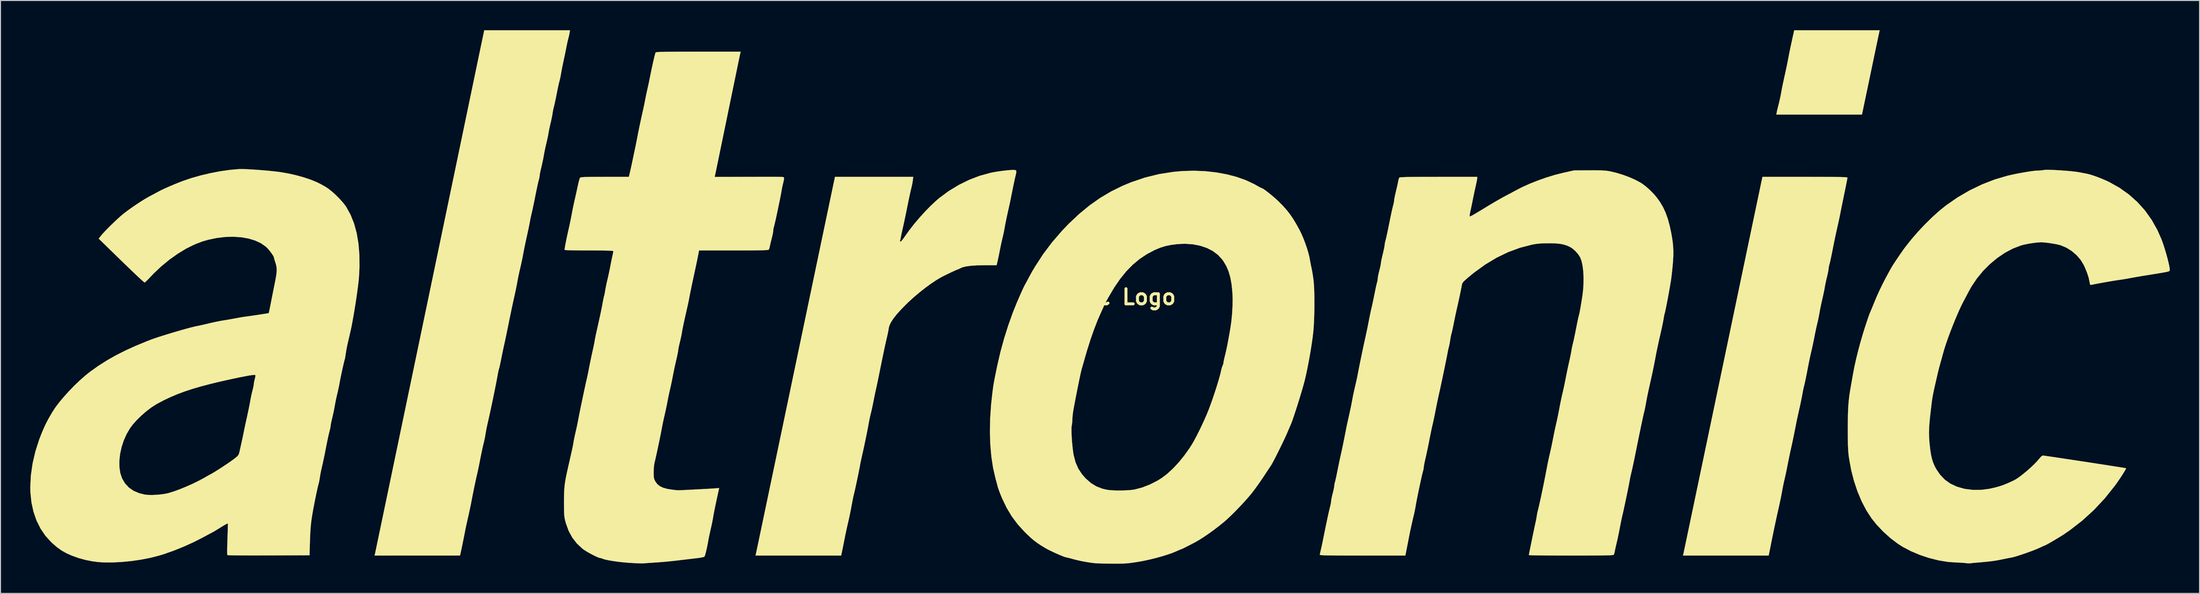
<source format=kicad_pcb>
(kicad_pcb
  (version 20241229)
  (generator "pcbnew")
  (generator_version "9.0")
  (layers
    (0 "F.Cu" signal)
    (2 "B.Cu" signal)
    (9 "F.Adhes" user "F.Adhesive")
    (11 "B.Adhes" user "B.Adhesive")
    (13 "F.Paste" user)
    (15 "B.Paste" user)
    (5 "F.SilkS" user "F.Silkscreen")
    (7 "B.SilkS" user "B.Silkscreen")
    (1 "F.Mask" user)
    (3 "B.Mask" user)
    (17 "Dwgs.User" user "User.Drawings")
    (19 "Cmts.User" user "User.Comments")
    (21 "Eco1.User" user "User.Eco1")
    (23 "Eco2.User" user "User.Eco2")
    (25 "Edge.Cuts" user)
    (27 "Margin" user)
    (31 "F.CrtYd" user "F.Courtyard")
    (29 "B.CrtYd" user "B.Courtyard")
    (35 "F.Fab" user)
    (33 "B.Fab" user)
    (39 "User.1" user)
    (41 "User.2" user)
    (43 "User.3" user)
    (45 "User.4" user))
  (footprint "Altronic Logo"
    (layer "F.Cu")
    (at 107.891 26.929)
    (property "Reference" "Altronic Logo" (at 0 0 0) (layer "F.SilkS") (effects (font (size 1.524 1.524) (thickness 0.3))))
    (attr through_hole)
    (fp_poly (pts (xy 78.591 -26.781) (xy 78.572 -26.695) (xy 78.529 -26.496) (xy 78.466 -26.194) (xy 78.383 -25.801) (xy 78.283 -25.327) (xy 78.169 -24.783) (xy 78.043 -24.181) (xy 77.907 -23.53) (xy 77.764 -22.843) (xy 77.728 -22.669) (xy 77.583 -21.975) (xy 77.445 -21.314) (xy 77.316 -20.699) (xy 77.199 -20.14) (xy 77.096 -19.648) (xy 77.009 -19.233) (xy 76.941 -18.908) (xy 76.893 -18.683) (xy 76.869 -18.568) (xy 76.866 -18.558) (xy 76.833 -18.415) (xy 68.202 -18.415) (xy 68.238 -18.621) (xy 68.276 -18.809) (xy 68.332 -19.044) (xy 68.358 -19.145) (xy 68.463 -19.562) (xy 68.56 -19.98) (xy 68.642 -20.362) (xy 68.699 -20.67) (xy 68.709 -20.733) (xy 68.737 -20.896) (xy 68.788 -21.156) (xy 68.857 -21.489) (xy 68.938 -21.868) (xy 69.023 -22.257) (xy 69.114 -22.667) (xy 69.2 -23.067) (xy 69.276 -23.429) (xy 69.336 -23.723) (xy 69.371 -23.908) (xy 69.443 -24.29) (xy 69.537 -24.763) (xy 69.647 -25.292) (xy 69.766 -25.846) (xy 69.867 -26.305) (xy 70.005 -26.924) (xy 78.627 -26.924) (xy 78.591 -26.781)) (stroke (width 0.01) (type solid)) (fill yes) (layer "F.SilkS"))
    (fp_poly (pts (xy 71.96 -12.128) (xy 72.712 -12.127) (xy 73.352 -12.124) (xy 73.888 -12.121) (xy 74.328 -12.115) (xy 74.679 -12.109) (xy 74.949 -12.101) (xy 75.146 -12.091) (xy 75.278 -12.079) (xy 75.351 -12.064) (xy 75.374 -12.048) (xy 75.374 -12.048) (xy 75.362 -11.965) (xy 75.327 -11.777) (xy 75.273 -11.499) (xy 75.203 -11.151) (xy 75.122 -10.75) (xy 75.052 -10.413) (xy 74.957 -9.951) (xy 74.865 -9.501) (xy 74.78 -9.086) (xy 74.709 -8.731) (xy 74.656 -8.461) (xy 74.635 -8.35) (xy 74.584 -8.096) (xy 74.513 -7.758) (xy 74.43 -7.378) (xy 74.343 -6.996) (xy 74.326 -6.921) (xy 74.239 -6.535) (xy 74.139 -6.07) (xy 74.035 -5.571) (xy 73.937 -5.084) (xy 73.887 -4.823) (xy 73.809 -4.428) (xy 73.732 -4.053) (xy 73.662 -3.726) (xy 73.604 -3.473) (xy 73.566 -3.331) (xy 73.51 -3.112) (xy 73.475 -2.915) (xy 73.47 -2.846) (xy 73.455 -2.714) (xy 73.414 -2.493) (xy 73.355 -2.22) (xy 73.307 -2.02) (xy 73.23 -1.698) (xy 73.16 -1.374) (xy 73.106 -1.097) (xy 73.087 -0.984) (xy 73.05 -0.773) (xy 72.99 -0.477) (xy 72.917 -0.136) (xy 72.837 0.213) (xy 72.835 0.222) (xy 72.751 0.592) (xy 72.669 0.978) (xy 72.599 1.331) (xy 72.554 1.59) (xy 72.493 1.928) (xy 72.416 2.3) (xy 72.34 2.628) (xy 72.337 2.638) (xy 72.275 2.897) (xy 72.2 3.238) (xy 72.12 3.619) (xy 72.045 3.998) (xy 72.039 4.032) (xy 71.962 4.421) (xy 71.877 4.83) (xy 71.794 5.21) (xy 71.722 5.515) (xy 71.72 5.524) (xy 71.658 5.789) (xy 71.581 6.144) (xy 71.496 6.555) (xy 71.41 6.989) (xy 71.345 7.327) (xy 71.267 7.733) (xy 71.188 8.124) (xy 71.116 8.472) (xy 71.055 8.749) (xy 71.015 8.914) (xy 70.949 9.186) (xy 70.881 9.509) (xy 70.832 9.779) (xy 70.791 10.008) (xy 70.727 10.327) (xy 70.65 10.701) (xy 70.565 11.096) (xy 70.518 11.303) (xy 70.438 11.662) (xy 70.365 11.988) (xy 70.306 12.256) (xy 70.266 12.442) (xy 70.252 12.509) (xy 70.103 13.271) (xy 69.974 13.918) (xy 69.862 14.46) (xy 69.766 14.909) (xy 69.692 15.24) (xy 69.623 15.549) (xy 69.54 15.94) (xy 69.452 16.368) (xy 69.367 16.791) (xy 69.342 16.923) (xy 69.265 17.312) (xy 69.185 17.699) (xy 69.109 18.049) (xy 69.047 18.326) (xy 69.025 18.415) (xy 68.963 18.683) (xy 68.891 19.026) (xy 68.82 19.391) (xy 68.778 19.622) (xy 68.715 19.965) (xy 68.631 20.382) (xy 68.538 20.825) (xy 68.446 21.244) (xy 68.432 21.304) (xy 68.324 21.779) (xy 68.2 22.345) (xy 68.066 22.971) (xy 67.929 23.623) (xy 67.796 24.27) (xy 67.673 24.878) (xy 67.651 24.987) (xy 67.595 25.274) (xy 67.536 25.567) (xy 67.496 25.765) (xy 67.428 26.099) (xy 58.787 26.099) (xy 58.823 25.956) (xy 58.839 25.883) (xy 58.88 25.69) (xy 58.944 25.383) (xy 59.032 24.966) (xy 59.142 24.444) (xy 59.272 23.822) (xy 59.423 23.104) (xy 59.592 22.296) (xy 59.779 21.403) (xy 59.984 20.428) (xy 60.204 19.378) (xy 60.439 18.256) (xy 60.687 17.068) (xy 60.949 15.819) (xy 61.223 14.512) (xy 61.507 13.154) (xy 61.801 11.749) (xy 62.104 10.302) (xy 62.415 8.817) (xy 62.732 7.3) (xy 62.798 6.985) (xy 63.117 5.462) (xy 63.429 3.97) (xy 63.733 2.514) (xy 64.029 1.1) (xy 64.316 -0.268) (xy 64.591 -1.585) (xy 64.855 -2.847) (xy 65.107 -4.048) (xy 65.345 -5.183) (xy 65.568 -6.249) (xy 65.775 -7.239) (xy 65.966 -8.15) (xy 66.139 -8.976) (xy 66.293 -9.712) (xy 66.428 -10.354) (xy 66.542 -10.897) (xy 66.634 -11.336) (xy 66.703 -11.666) (xy 66.749 -11.883) (xy 66.77 -11.981) (xy 66.771 -11.986) (xy 66.804 -12.129) (xy 71.089 -12.129) (xy 71.96 -12.128)) (stroke (width 0.01) (type solid)) (fill yes) (layer "F.SilkS"))
    (fp_poly (pts (xy -8.574 -12.818) (xy -8.479 -12.776) (xy -8.443 -12.68) (xy -8.46 -12.509) (xy -8.522 -12.242) (xy -8.535 -12.189) (xy -8.579 -12.005) (xy -8.642 -11.719) (xy -8.719 -11.357) (xy -8.805 -10.941) (xy -8.895 -10.496) (xy -8.984 -10.047) (xy -9.036 -9.779) (xy -9.06 -9.665) (xy -9.106 -9.452) (xy -9.17 -9.164) (xy -9.245 -8.826) (xy -9.302 -8.572) (xy -9.389 -8.177) (xy -9.472 -7.782) (xy -9.545 -7.42) (xy -9.6 -7.128) (xy -9.619 -7.017) (xy -9.679 -6.686) (xy -9.756 -6.315) (xy -9.83 -6.001) (xy -9.9 -5.712) (xy -9.979 -5.354) (xy -10.056 -4.984) (xy -10.093 -4.794) (xy -10.16 -4.453) (xy -10.231 -4.102) (xy -10.297 -3.794) (xy -10.329 -3.651) (xy -10.432 -3.207) (xy -11.677 -3.207) (xy -12.394 -3.194) (xy -13.001 -3.155) (xy -13.495 -3.091) (xy -13.871 -3.002) (xy -14.12 -2.892) (xy -14.294 -2.805) (xy -14.415 -2.76) (xy -14.531 -2.715) (xy -14.733 -2.625) (xy -14.993 -2.504) (xy -15.283 -2.366) (xy -15.575 -2.223) (xy -15.842 -2.089) (xy -16.034 -1.989) (xy -16.515 -1.705) (xy -17.056 -1.343) (xy -17.631 -0.921) (xy -18.218 -0.459) (xy -18.792 0.026) (xy -19.329 0.516) (xy -19.44 0.623) (xy -20.016 1.203) (xy -20.484 1.721) (xy -20.846 2.179) (xy -21.104 2.58) (xy -21.258 2.926) (xy -21.305 3.124) (xy -21.344 3.362) (xy -21.402 3.657) (xy -21.464 3.937) (xy -21.556 4.33) (xy -21.649 4.742) (xy -21.747 5.191) (xy -21.854 5.699) (xy -21.975 6.285) (xy -22.114 6.97) (xy -22.162 7.207) (xy -22.257 7.675) (xy -22.351 8.135) (xy -22.439 8.56) (xy -22.516 8.926) (xy -22.577 9.209) (xy -22.606 9.335) (xy -22.673 9.639) (xy -22.75 10.01) (xy -22.826 10.388) (xy -22.862 10.573) (xy -22.931 10.92) (xy -23.008 11.281) (xy -23.082 11.602) (xy -23.119 11.748) (xy -23.196 12.064) (xy -23.273 12.425) (xy -23.33 12.732) (xy -23.392 13.079) (xy -23.477 13.52) (xy -23.578 14.026) (xy -23.69 14.567) (xy -23.806 15.112) (xy -23.919 15.633) (xy -24.003 16.002) (xy -24.075 16.325) (xy -24.139 16.623) (xy -24.188 16.864) (xy -24.215 17.015) (xy -24.215 17.018) (xy -24.24 17.164) (xy -24.287 17.41) (xy -24.351 17.729) (xy -24.427 18.098) (xy -24.51 18.49) (xy -24.593 18.882) (xy -24.673 19.248) (xy -24.743 19.563) (xy -24.799 19.803) (xy -24.833 19.939) (xy -24.869 20.084) (xy -24.919 20.324) (xy -24.979 20.626) (xy -25.04 20.959) (xy -25.051 21.018) (xy -25.13 21.438) (xy -25.225 21.912) (xy -25.324 22.376) (xy -25.398 22.701) (xy -25.481 23.062) (xy -25.563 23.43) (xy -25.635 23.76) (xy -25.686 24.003) (xy -25.791 24.534) (xy -25.912 25.136) (xy -26.037 25.752) (xy -26.04 25.765) (xy -26.108 26.099) (xy -34.748 26.099) (xy -34.712 25.955) (xy -34.697 25.882) (xy -34.656 25.69) (xy -34.591 25.382) (xy -34.503 24.965) (xy -34.394 24.443) (xy -34.263 23.821) (xy -34.113 23.104) (xy -33.943 22.296) (xy -33.756 21.402) (xy -33.552 20.428) (xy -33.332 19.377) (xy -33.097 18.255) (xy -32.848 17.067) (xy -32.586 15.818) (xy -32.313 14.511) (xy -32.028 13.153) (xy -31.734 11.748) (xy -31.431 10.301) (xy -31.121 8.816) (xy -30.803 7.299) (xy -30.737 6.985) (xy -30.419 5.461) (xy -30.107 3.969) (xy -29.802 2.514) (xy -29.506 1.1) (xy -29.22 -0.268) (xy -28.944 -1.586) (xy -28.68 -2.847) (xy -28.429 -4.048) (xy -28.191 -5.184) (xy -27.968 -6.249) (xy -27.76 -7.24) (xy -27.569 -8.15) (xy -27.396 -8.976) (xy -27.242 -9.713) (xy -27.108 -10.355) (xy -26.994 -10.897) (xy -26.902 -11.336) (xy -26.832 -11.666) (xy -26.787 -11.883) (xy -26.766 -11.981) (xy -26.765 -11.986) (xy -26.731 -12.129) (xy -22.787 -12.129) (xy -18.842 -12.129) (xy -18.884 -11.763) (xy -18.925 -11.503) (xy -18.987 -11.195) (xy -19.045 -10.954) (xy -19.094 -10.754) (xy -19.161 -10.457) (xy -19.24 -10.089) (xy -19.327 -9.677) (xy -19.414 -9.249) (xy -19.428 -9.176) (xy -19.521 -8.715) (xy -19.619 -8.237) (xy -19.716 -7.776) (xy -19.804 -7.369) (xy -19.875 -7.05) (xy -19.875 -7.048) (xy -19.948 -6.723) (xy -20.014 -6.419) (xy -20.066 -6.172) (xy -20.096 -6.014) (xy -20.097 -6.012) (xy -20.132 -5.83) (xy -20.167 -5.694) (xy -20.172 -5.679) (xy -20.16 -5.601) (xy -20.12 -5.59) (xy -20.05 -5.641) (xy -19.932 -5.776) (xy -19.784 -5.972) (xy -19.685 -6.114) (xy -19.253 -6.723) (xy -18.754 -7.362) (xy -18.211 -8.005) (xy -17.647 -8.627) (xy -17.083 -9.204) (xy -16.542 -9.711) (xy -16.192 -10.009) (xy -15.245 -10.706) (xy -14.24 -11.315) (xy -13.198 -11.828) (xy -12.137 -12.235) (xy -11.075 -12.527) (xy -10.89 -12.566) (xy -10.46 -12.644) (xy -9.996 -12.713) (xy -9.538 -12.77) (xy -9.123 -12.809) (xy -8.786 -12.827) (xy -8.734 -12.827) (xy -8.574 -12.818)) (stroke (width 0.01) (type solid)) (fill yes) (layer "F.SilkS"))
    (fp_poly (pts (xy -53.501 -26.654) (xy -53.547 -26.422) (xy -53.61 -26.159) (xy -53.634 -26.067) (xy -53.7 -25.806) (xy -53.763 -25.515) (xy -53.785 -25.4) (xy -53.82 -25.218) (xy -53.876 -24.941) (xy -53.946 -24.601) (xy -54.025 -24.228) (xy -54.073 -24.003) (xy -54.154 -23.618) (xy -54.231 -23.243) (xy -54.296 -22.91) (xy -54.344 -22.65) (xy -54.36 -22.548) (xy -54.41 -22.267) (xy -54.473 -21.978) (xy -54.515 -21.818) (xy -54.56 -21.641) (xy -54.622 -21.37) (xy -54.693 -21.037) (xy -54.767 -20.673) (xy -54.799 -20.512) (xy -54.872 -20.145) (xy -54.945 -19.796) (xy -55.011 -19.495) (xy -55.063 -19.274) (xy -55.08 -19.21) (xy -55.143 -18.947) (xy -55.198 -18.655) (xy -55.214 -18.542) (xy -55.249 -18.324) (xy -55.307 -18.031) (xy -55.377 -17.712) (xy -55.414 -17.558) (xy -55.489 -17.238) (xy -55.558 -16.916) (xy -55.611 -16.641) (xy -55.627 -16.542) (xy -55.667 -16.313) (xy -55.73 -16.009) (xy -55.804 -15.678) (xy -55.848 -15.494) (xy -55.929 -15.143) (xy -56.01 -14.765) (xy -56.076 -14.42) (xy -56.099 -14.287) (xy -56.155 -13.978) (xy -56.231 -13.608) (xy -56.314 -13.237) (xy -56.35 -13.087) (xy -56.419 -12.797) (xy -56.474 -12.537) (xy -56.508 -12.342) (xy -56.516 -12.262) (xy -56.535 -12.102) (xy -56.582 -11.889) (xy -56.61 -11.789) (xy -56.65 -11.633) (xy -56.71 -11.377) (xy -56.782 -11.044) (xy -56.863 -10.66) (xy -56.946 -10.249) (xy -56.961 -10.17) (xy -57.045 -9.75) (xy -57.128 -9.347) (xy -57.204 -8.986) (xy -57.268 -8.695) (xy -57.314 -8.498) (xy -57.319 -8.477) (xy -57.382 -8.21) (xy -57.449 -7.891) (xy -57.499 -7.62) (xy -57.542 -7.391) (xy -57.606 -7.072) (xy -57.685 -6.698) (xy -57.771 -6.303) (xy -57.817 -6.096) (xy -57.908 -5.683) (xy -57.999 -5.252) (xy -58.082 -4.843) (xy -58.148 -4.5) (xy -58.17 -4.381) (xy -58.233 -4.044) (xy -58.317 -3.637) (xy -58.409 -3.218) (xy -58.485 -2.889) (xy -58.569 -2.524) (xy -58.65 -2.148) (xy -58.719 -1.807) (xy -58.764 -1.556) (xy -58.808 -1.311) (xy -58.873 -0.98) (xy -58.953 -0.598) (xy -59.039 -0.202) (xy -59.077 -0.032) (xy -59.158 0.334) (xy -59.257 0.789) (xy -59.365 1.301) (xy -59.477 1.836) (xy -59.584 2.358) (xy -59.627 2.572) (xy -59.722 3.04) (xy -59.816 3.499) (xy -59.904 3.924) (xy -59.981 4.291) (xy -60.042 4.574) (xy -60.071 4.699) (xy -60.129 4.962) (xy -60.203 5.309) (xy -60.284 5.701) (xy -60.365 6.099) (xy -60.388 6.215) (xy -60.456 6.553) (xy -60.519 6.849) (xy -60.571 7.079) (xy -60.608 7.221) (xy -60.619 7.252) (xy -60.645 7.338) (xy -60.686 7.519) (xy -60.735 7.766) (xy -60.769 7.959) (xy -60.837 8.328) (xy -60.927 8.795) (xy -61.035 9.336) (xy -61.155 9.927) (xy -61.282 10.541) (xy -61.412 11.154) (xy -61.539 11.741) (xy -61.657 12.277) (xy -61.762 12.737) (xy -61.79 12.859) (xy -61.86 13.179) (xy -61.926 13.527) (xy -61.974 13.824) (xy -62.027 14.136) (xy -62.1 14.486) (xy -62.163 14.745) (xy -62.217 14.962) (xy -62.287 15.273) (xy -62.366 15.646) (xy -62.449 16.051) (xy -62.512 16.369) (xy -62.59 16.766) (xy -62.666 17.148) (xy -62.737 17.485) (xy -62.794 17.749) (xy -62.828 17.893) (xy -62.879 18.105) (xy -62.947 18.414) (xy -63.028 18.791) (xy -63.116 19.208) (xy -63.203 19.637) (xy -63.286 20.049) (xy -63.357 20.415) (xy -63.404 20.669) (xy -63.446 20.887) (xy -63.51 21.195) (xy -63.588 21.56) (xy -63.673 21.949) (xy -63.721 22.162) (xy -63.802 22.521) (xy -63.875 22.847) (xy -63.934 23.115) (xy -63.974 23.3) (xy -63.988 23.368) (xy -64.039 23.636) (xy -64.107 23.985) (xy -64.185 24.379) (xy -64.267 24.781) (xy -64.343 25.155) (xy -64.408 25.464) (xy -64.439 25.606) (xy -64.548 26.098) (xy -68.857 26.098) (xy -73.166 26.099) (xy -73.13 25.956) (xy -73.115 25.885) (xy -73.075 25.695) (xy -73.011 25.39) (xy -72.925 24.977) (xy -72.817 24.46) (xy -72.688 23.843) (xy -72.54 23.134) (xy -72.373 22.335) (xy -72.189 21.453) (xy -71.988 20.492) (xy -71.772 19.458) (xy -71.542 18.355) (xy -71.299 17.189) (xy -71.044 15.966) (xy -70.777 14.689) (xy -70.501 13.364) (xy -70.216 11.996) (xy -69.923 10.591) (xy -69.623 9.152) (xy -69.317 7.687) (xy -69.007 6.198) (xy -68.693 4.693) (xy -68.377 3.175) (xy -68.059 1.65) (xy -67.74 0.122) (xy -67.423 -1.402) (xy -67.107 -2.919) (xy -66.793 -4.422) (xy -66.484 -5.907) (xy -66.179 -7.368) (xy -65.881 -8.802) (xy -65.589 -10.201) (xy -65.306 -11.562) (xy -65.031 -12.88) (xy -64.767 -14.148) (xy -64.514 -15.363) (xy -64.273 -16.519) (xy -64.046 -17.611) (xy -63.833 -18.633) (xy -63.636 -19.581) (xy -63.455 -20.45) (xy -63.292 -21.235) (xy -63.147 -21.93) (xy -63.053 -22.384) (xy -62.903 -23.103) (xy -62.761 -23.789) (xy -62.627 -24.429) (xy -62.505 -25.015) (xy -62.397 -25.535) (xy -62.304 -25.978) (xy -62.229 -26.335) (xy -62.174 -26.595) (xy -62.142 -26.747) (xy -62.135 -26.781) (xy -62.101 -26.924) (xy -53.456 -26.924) (xy -53.501 -26.654)) (stroke (width 0.01) (type solid)) (fill yes) (layer "F.SilkS"))
    (fp_poly (pts (xy 95.937 -12.831) (xy 96.329 -12.814) (xy 96.758 -12.79) (xy 97.201 -12.759) (xy 97.635 -12.724) (xy 98.038 -12.686) (xy 98.387 -12.645) (xy 98.659 -12.605) (xy 98.69 -12.599) (xy 98.979 -12.545) (xy 99.259 -12.492) (xy 99.477 -12.451) (xy 99.504 -12.446) (xy 99.807 -12.372) (xy 100.19 -12.251) (xy 100.622 -12.097) (xy 101.069 -11.92) (xy 101.5 -11.733) (xy 101.79 -11.595) (xy 102.823 -11.014) (xy 103.765 -10.341) (xy 104.617 -9.58) (xy 105.378 -8.732) (xy 106.047 -7.796) (xy 106.622 -6.775) (xy 107.023 -5.874) (xy 107.154 -5.523) (xy 107.289 -5.123) (xy 107.422 -4.695) (xy 107.549 -4.26) (xy 107.663 -3.839) (xy 107.758 -3.452) (xy 107.83 -3.121) (xy 107.872 -2.866) (xy 107.879 -2.707) (xy 107.877 -2.696) (xy 107.869 -2.663) (xy 107.852 -2.635) (xy 107.814 -2.608) (xy 107.744 -2.58) (xy 107.632 -2.55) (xy 107.466 -2.514) (xy 107.235 -2.471) (xy 106.929 -2.418) (xy 106.535 -2.353) (xy 106.043 -2.273) (xy 105.442 -2.177) (xy 105.124 -2.127) (xy 104.804 -2.073) (xy 104.421 -2.006) (xy 104.035 -1.936) (xy 103.854 -1.902) (xy 103.513 -1.84) (xy 103.162 -1.781) (xy 102.854 -1.734) (xy 102.709 -1.714) (xy 102.518 -1.687) (xy 102.231 -1.641) (xy 101.876 -1.581) (xy 101.483 -1.513) (xy 101.08 -1.441) (xy 100.695 -1.371) (xy 100.358 -1.307) (xy 100.097 -1.255) (xy 99.972 -1.228) (xy 99.89 -1.223) (xy 99.841 -1.273) (xy 99.808 -1.407) (xy 99.789 -1.53) (xy 99.698 -1.957) (xy 99.535 -2.459) (xy 99.306 -3.015) (xy 99.218 -3.207) (xy 98.906 -3.729) (xy 98.493 -4.212) (xy 98.002 -4.635) (xy 97.459 -4.977) (xy 96.887 -5.218) (xy 96.832 -5.234) (xy 96.547 -5.305) (xy 96.184 -5.376) (xy 95.787 -5.439) (xy 95.399 -5.489) (xy 95.063 -5.519) (xy 94.901 -5.524) (xy 94.588 -5.508) (xy 94.198 -5.465) (xy 93.773 -5.401) (xy 93.358 -5.323) (xy 92.996 -5.239) (xy 92.867 -5.202) (xy 92.057 -4.89) (xy 91.256 -4.465) (xy 90.478 -3.937) (xy 89.737 -3.32) (xy 89.048 -2.627) (xy 88.425 -1.869) (xy 87.883 -1.059) (xy 87.637 -0.621) (xy 87.502 -0.366) (xy 87.334 -0.046) (xy 87.156 0.292) (xy 87.041 0.508) (xy 86.817 0.957) (xy 86.568 1.502) (xy 86.305 2.114) (xy 86.037 2.768) (xy 85.777 3.436) (xy 85.533 4.092) (xy 85.318 4.708) (xy 85.141 5.258) (xy 85.054 5.556) (xy 84.958 5.905) (xy 84.85 6.299) (xy 84.749 6.658) (xy 84.738 6.699) (xy 84.653 7.009) (xy 84.57 7.326) (xy 84.504 7.593) (xy 84.49 7.652) (xy 84.445 7.85) (xy 84.378 8.139) (xy 84.298 8.486) (xy 84.213 8.858) (xy 84.176 9.017) (xy 84.091 9.403) (xy 84.011 9.792) (xy 83.945 10.148) (xy 83.899 10.431) (xy 83.889 10.509) (xy 83.85 10.836) (xy 83.806 11.21) (xy 83.766 11.55) (xy 83.765 11.557) (xy 83.692 12.204) (xy 83.641 12.751) (xy 83.609 13.226) (xy 83.597 13.654) (xy 83.603 14.061) (xy 83.627 14.474) (xy 83.658 14.827) (xy 83.726 15.429) (xy 83.804 15.928) (xy 83.901 16.353) (xy 84.022 16.727) (xy 84.174 17.077) (xy 84.33 17.372) (xy 84.734 17.962) (xy 85.212 18.453) (xy 85.77 18.846) (xy 86.41 19.145) (xy 87.136 19.351) (xy 87.281 19.379) (xy 88.063 19.474) (xy 88.85 19.469) (xy 89.666 19.362) (xy 90.225 19.238) (xy 90.579 19.143) (xy 90.9 19.043) (xy 91.221 18.925) (xy 91.575 18.777) (xy 91.996 18.586) (xy 92.17 18.504) (xy 92.423 18.359) (xy 92.739 18.14) (xy 93.096 17.864) (xy 93.472 17.552) (xy 93.844 17.223) (xy 94.191 16.894) (xy 94.489 16.587) (xy 94.717 16.319) (xy 94.722 16.312) (xy 94.894 16.117) (xy 95.037 16.015) (xy 95.088 16.003) (xy 95.173 16.013) (xy 95.369 16.039) (xy 95.664 16.082) (xy 96.043 16.137) (xy 96.496 16.205) (xy 97.009 16.281) (xy 97.57 16.366) (xy 98.166 16.456) (xy 98.785 16.55) (xy 99.414 16.646) (xy 100.04 16.742) (xy 100.651 16.836) (xy 101.233 16.926) (xy 101.776 17.011) (xy 102.265 17.087) (xy 102.689 17.154) (xy 103.034 17.209) (xy 103.288 17.251) (xy 103.439 17.277) (xy 103.476 17.286) (xy 103.456 17.349) (xy 103.375 17.496) (xy 103.246 17.71) (xy 103.082 17.97) (xy 102.893 18.258) (xy 102.693 18.554) (xy 102.494 18.84) (xy 102.342 19.05) (xy 101.33 20.318) (xy 100.24 21.486) (xy 99.07 22.555) (xy 97.819 23.528) (xy 97.25 23.921) (xy 97.031 24.063) (xy 96.762 24.23) (xy 96.465 24.41) (xy 96.162 24.59) (xy 95.871 24.759) (xy 95.616 24.904) (xy 95.415 25.013) (xy 95.292 25.074) (xy 95.265 25.082) (xy 95.196 25.108) (xy 95.042 25.177) (xy 94.833 25.275) (xy 94.76 25.309) (xy 94.514 25.418) (xy 94.189 25.549) (xy 93.812 25.691) (xy 93.408 25.837) (xy 93.004 25.976) (xy 92.625 26.101) (xy 92.297 26.202) (xy 92.047 26.269) (xy 91.948 26.29) (xy 91.771 26.321) (xy 91.507 26.373) (xy 91.194 26.437) (xy 90.9 26.498) (xy 90.545 26.568) (xy 90.17 26.629) (xy 89.753 26.684) (xy 89.271 26.736) (xy 88.7 26.788) (xy 88.265 26.823) (xy 88.044 26.843) (xy 87.86 26.867) (xy 87.789 26.879) (xy 87.656 26.887) (xy 87.452 26.876) (xy 87.312 26.859) (xy 87.075 26.834) (xy 86.772 26.814) (xy 86.462 26.803) (xy 86.424 26.802) (xy 85.518 26.74) (xy 84.57 26.585) (xy 83.609 26.344) (xy 82.663 26.029) (xy 81.761 25.647) (xy 80.932 25.208) (xy 80.459 24.906) (xy 79.71 24.337) (xy 78.99 23.69) (xy 78.333 22.998) (xy 77.813 22.352) (xy 77.282 21.537) (xy 76.803 20.62) (xy 76.382 19.616) (xy 76.026 18.543) (xy 75.74 17.416) (xy 75.53 16.252) (xy 75.525 16.221) (xy 75.49 15.945) (xy 75.462 15.659) (xy 75.441 15.346) (xy 75.425 14.986) (xy 75.415 14.559) (xy 75.41 14.046) (xy 75.407 13.427) (xy 75.407 13.367) (xy 75.41 12.606) (xy 75.421 11.95) (xy 75.44 11.376) (xy 75.471 10.861) (xy 75.513 10.383) (xy 75.569 9.92) (xy 75.641 9.449) (xy 75.693 9.144) (xy 75.756 8.789) (xy 75.83 8.372) (xy 75.903 7.954) (xy 75.945 7.715) (xy 76.082 7.006) (xy 76.259 6.213) (xy 76.468 5.37) (xy 76.699 4.511) (xy 76.946 3.67) (xy 77.101 3.175) (xy 77.233 2.769) (xy 77.357 2.393) (xy 77.467 2.069) (xy 77.556 1.816) (xy 77.616 1.655) (xy 77.631 1.619) (xy 77.69 1.486) (xy 77.783 1.266) (xy 77.897 0.99) (xy 78.015 0.699) (xy 78.3 0.014) (xy 78.592 -0.638) (xy 78.907 -1.29) (xy 79.26 -1.974) (xy 79.667 -2.72) (xy 79.806 -2.969) (xy 79.922 -3.161) (xy 80.094 -3.429) (xy 80.305 -3.749) (xy 80.537 -4.093) (xy 80.774 -4.436) (xy 80.997 -4.753) (xy 81.188 -5.016) (xy 81.21 -5.045) (xy 81.818 -5.814) (xy 82.486 -6.586) (xy 83.191 -7.337) (xy 83.91 -8.044) (xy 84.62 -8.684) (xy 85.299 -9.234) (xy 85.312 -9.244) (xy 86.472 -10.049) (xy 87.691 -10.76) (xy 88.953 -11.368) (xy 90.243 -11.868) (xy 91.547 -12.252) (xy 92.392 -12.436) (xy 93 -12.548) (xy 93.499 -12.634) (xy 93.904 -12.696) (xy 94.23 -12.737) (xy 94.493 -12.759) (xy 94.664 -12.765) (xy 94.908 -12.778) (xy 95.146 -12.81) (xy 95.201 -12.822) (xy 95.35 -12.836) (xy 95.603 -12.839) (xy 95.937 -12.831)) (stroke (width 0.01) (type solid)) (fill yes) (layer "F.SilkS"))
    (fp_poly (pts (xy 10.602 -12.699) (xy 11.709 -12.577) (xy 12.771 -12.384) (xy 13.774 -12.121) (xy 14.7 -11.792) (xy 15.534 -11.4) (xy 15.761 -11.272) (xy 15.986 -11.144) (xy 16.171 -11.046) (xy 16.289 -10.992) (xy 16.311 -10.986) (xy 16.405 -10.946) (xy 16.574 -10.836) (xy 16.799 -10.671) (xy 17.061 -10.467) (xy 17.34 -10.239) (xy 17.617 -10.002) (xy 17.874 -9.771) (xy 17.992 -9.658) (xy 18.427 -9.22) (xy 18.802 -8.8) (xy 19.139 -8.371) (xy 19.458 -7.907) (xy 19.779 -7.379) (xy 20.121 -6.76) (xy 20.136 -6.731) (xy 20.326 -6.34) (xy 20.522 -5.877) (xy 20.711 -5.377) (xy 20.882 -4.873) (xy 21.022 -4.399) (xy 21.121 -3.99) (xy 21.146 -3.849) (xy 21.196 -3.561) (xy 21.262 -3.221) (xy 21.33 -2.903) (xy 21.332 -2.896) (xy 21.388 -2.613) (xy 21.448 -2.256) (xy 21.504 -1.876) (xy 21.536 -1.619) (xy 21.571 -1.205) (xy 21.596 -0.69) (xy 21.611 -0.1) (xy 21.616 0.537) (xy 21.612 1.197) (xy 21.598 1.854) (xy 21.575 2.48) (xy 21.542 3.051) (xy 21.506 3.493) (xy 21.438 4.078) (xy 21.342 4.754) (xy 21.225 5.489) (xy 21.092 6.25) (xy 20.948 7.005) (xy 20.8 7.721) (xy 20.665 8.319) (xy 20.587 8.623) (xy 20.48 9.008) (xy 20.351 9.453) (xy 20.206 9.939) (xy 20.051 10.446) (xy 19.892 10.953) (xy 19.735 11.443) (xy 19.587 11.894) (xy 19.454 12.287) (xy 19.342 12.603) (xy 19.257 12.821) (xy 19.24 12.859) (xy 19.166 13.026) (xy 19.06 13.272) (xy 18.938 13.558) (xy 18.858 13.748) (xy 18.755 13.983) (xy 18.612 14.291) (xy 18.441 14.653) (xy 18.25 15.046) (xy 18.051 15.451) (xy 17.853 15.848) (xy 17.667 16.215) (xy 17.502 16.533) (xy 17.37 16.78) (xy 17.279 16.937) (xy 17.268 16.954) (xy 17.2 17.057) (xy 17.075 17.245) (xy 16.907 17.5) (xy 16.708 17.802) (xy 16.493 18.129) (xy 16.234 18.513) (xy 15.95 18.92) (xy 15.665 19.315) (xy 15.406 19.661) (xy 15.263 19.844) (xy 14.936 20.235) (xy 14.546 20.673) (xy 14.117 21.134) (xy 13.675 21.592) (xy 13.242 22.023) (xy 12.843 22.401) (xy 12.542 22.669) (xy 12.053 23.068) (xy 11.527 23.472) (xy 10.99 23.862) (xy 10.467 24.22) (xy 9.985 24.526) (xy 9.595 24.75) (xy 9.304 24.903) (xy 9.006 25.057) (xy 8.722 25.201) (xy 8.475 25.324) (xy 8.288 25.414) (xy 8.182 25.46) (xy 8.168 25.463) (xy 8.095 25.488) (xy 7.94 25.554) (xy 7.736 25.646) (xy 7.731 25.648) (xy 7.319 25.82) (xy 6.808 25.999) (xy 6.228 26.179) (xy 5.606 26.351) (xy 4.971 26.507) (xy 4.35 26.64) (xy 3.842 26.731) (xy 3.414 26.797) (xy 3.06 26.846) (xy 2.747 26.88) (xy 2.44 26.901) (xy 2.106 26.912) (xy 1.709 26.914) (xy 1.27 26.912) (xy 0.847 26.908) (xy 0.449 26.903) (xy 0.1 26.896) (xy -0.175 26.889) (xy -0.353 26.882) (xy -0.381 26.88) (xy -0.841 26.831) (xy -1.37 26.75) (xy -1.913 26.648) (xy -2.421 26.533) (xy -2.643 26.475) (xy -2.919 26.399) (xy -3.151 26.338) (xy -3.312 26.299) (xy -3.369 26.289) (xy -3.489 26.262) (xy -3.698 26.189) (xy -3.973 26.079) (xy -4.289 25.943) (xy -4.624 25.793) (xy -4.952 25.638) (xy -5.25 25.489) (xy -5.495 25.356) (xy -5.53 25.335) (xy -5.971 25.066) (xy -6.342 24.819) (xy -6.677 24.567) (xy -7.007 24.285) (xy -7.366 23.947) (xy -7.624 23.692) (xy -8.306 22.942) (xy -8.9 22.147) (xy -9.419 21.283) (xy -9.876 20.33) (xy -10.053 19.901) (xy -10.157 19.629) (xy -10.246 19.382) (xy -10.307 19.197) (xy -10.323 19.139) (xy -10.358 19.001) (xy -10.417 18.776) (xy -10.492 18.5) (xy -10.545 18.308) (xy -10.786 17.263) (xy -10.961 16.122) (xy -11.069 14.898) (xy -11.11 13.604) (xy -11.107 13.444) (xy -2.885 13.444) (xy -2.876 13.8) (xy -2.856 14.207) (xy -2.825 14.64) (xy -2.784 15.073) (xy -2.737 15.483) (xy -2.684 15.844) (xy -2.663 15.964) (xy -2.474 16.685) (xy -2.192 17.328) (xy -1.807 17.91) (xy -1.43 18.334) (xy -0.916 18.781) (xy -0.373 19.115) (xy 0.223 19.347) (xy 0.699 19.458) (xy 1.02 19.498) (xy 1.43 19.522) (xy 1.893 19.531) (xy 2.372 19.524) (xy 2.83 19.504) (xy 3.229 19.469) (xy 3.498 19.428) (xy 4.263 19.223) (xy 5.041 18.919) (xy 5.792 18.535) (xy 6.223 18.266) (xy 6.784 17.839) (xy 7.361 17.306) (xy 7.937 16.688) (xy 8.494 16.001) (xy 9.018 15.264) (xy 9.238 14.92) (xy 9.457 14.545) (xy 9.708 14.078) (xy 9.976 13.55) (xy 10.248 12.987) (xy 10.51 12.417) (xy 10.75 11.87) (xy 10.953 11.372) (xy 10.967 11.335) (xy 11.157 10.826) (xy 11.352 10.275) (xy 11.545 9.706) (xy 11.728 9.14) (xy 11.894 8.601) (xy 12.037 8.11) (xy 12.149 7.691) (xy 12.222 7.365) (xy 12.227 7.34) (xy 12.281 7.13) (xy 12.351 6.945) (xy 12.359 6.927) (xy 12.424 6.76) (xy 12.446 6.633) (xy 12.461 6.517) (xy 12.502 6.313) (xy 12.562 6.054) (xy 12.6 5.903) (xy 12.684 5.559) (xy 12.77 5.169) (xy 12.861 4.715) (xy 12.961 4.179) (xy 13.074 3.544) (xy 13.138 3.175) (xy 13.242 2.456) (xy 13.316 1.689) (xy 13.36 0.918) (xy 13.371 0.182) (xy 13.345 -0.477) (xy 13.343 -0.513) (xy 13.26 -1.296) (xy 13.136 -1.976) (xy 12.965 -2.572) (xy 12.742 -3.102) (xy 12.459 -3.586) (xy 12.311 -3.794) (xy 11.887 -4.255) (xy 11.368 -4.642) (xy 10.766 -4.951) (xy 10.09 -5.178) (xy 9.354 -5.321) (xy 8.568 -5.374) (xy 7.825 -5.342) (xy 7.176 -5.262) (xy 6.607 -5.145) (xy 6.074 -4.979) (xy 5.533 -4.754) (xy 5.502 -4.74) (xy 4.713 -4.323) (xy 3.979 -3.831) (xy 3.291 -3.256) (xy 2.64 -2.588) (xy 2.019 -1.821) (xy 1.419 -0.944) (xy 0.832 0.051) (xy 0.804 0.103) (xy 0.65 0.385) (xy 0.522 0.626) (xy 0.429 0.806) (xy 0.384 0.902) (xy 0.381 0.911) (xy 0.356 0.982) (xy 0.288 1.14) (xy 0.189 1.356) (xy 0.133 1.475) (xy -0.229 2.298) (xy -0.593 3.23) (xy -0.953 4.257) (xy -1.302 5.359) (xy -1.527 6.128) (xy -1.625 6.476) (xy -1.72 6.81) (xy -1.802 7.095) (xy -1.861 7.299) (xy -1.871 7.334) (xy -1.909 7.484) (xy -1.966 7.739) (xy -2.038 8.079) (xy -2.123 8.483) (xy -2.214 8.933) (xy -2.309 9.407) (xy -2.404 9.886) (xy -2.494 10.35) (xy -2.576 10.78) (xy -2.645 11.154) (xy -2.698 11.453) (xy -2.723 11.606) (xy -2.76 11.894) (xy -2.786 12.188) (xy -2.796 12.4) (xy -2.809 12.653) (xy -2.842 12.902) (xy -2.859 12.986) (xy -2.88 13.165) (xy -2.885 13.444) (xy -11.107 13.444) (xy -11.083 12.252) (xy -10.989 10.856) (xy -10.859 9.679) (xy -10.819 9.376) (xy -10.784 9.115) (xy -10.748 8.875) (xy -10.707 8.634) (xy -10.66 8.371) (xy -10.6 8.063) (xy -10.524 7.691) (xy -10.429 7.231) (xy -10.346 6.833) (xy -10.044 5.528) (xy -9.676 4.188) (xy -9.255 2.854) (xy -8.796 1.568) (xy -8.387 0.551) (xy -8.221 0.167) (xy -8.057 -0.209) (xy -7.903 -0.554) (xy -7.77 -0.845) (xy -7.668 -1.061) (xy -7.613 -1.168) (xy -7.556 -1.271) (xy -7.454 -1.457) (xy -7.324 -1.7) (xy -7.2 -1.93) (xy -7.057 -2.195) (xy -6.932 -2.425) (xy -6.839 -2.593) (xy -6.795 -2.667) (xy -6.731 -2.772) (xy -6.628 -2.943) (xy -6.544 -3.086) (xy -5.755 -4.307) (xy -4.849 -5.511) (xy -3.834 -6.687) (xy -3.147 -7.404) (xy -2.11 -8.382) (xy -1.064 -9.243) (xy 0.006 -9.998) (xy 1.117 -10.657) (xy 2.283 -11.23) (xy 3.143 -11.587) (xy 4.538 -12.059) (xy 5.959 -12.408) (xy 7.412 -12.635) (xy 8.319 -12.714) (xy 9.466 -12.746) (xy 10.602 -12.699)) (stroke (width 0.01) (type solid)) (fill yes) (layer "F.SilkS"))
    (fp_poly (pts (xy -86.202 -12.907) (xy -85.769 -12.886) (xy -85.281 -12.856) (xy -84.76 -12.818) (xy -84.231 -12.775) (xy -83.715 -12.728) (xy -83.237 -12.678) (xy -82.821 -12.628) (xy -82.614 -12.599) (xy -81.834 -12.462) (xy -81.061 -12.287) (xy -80.32 -12.081) (xy -79.634 -11.853) (xy -79.029 -11.608) (xy -78.581 -11.386) (xy -78.375 -11.27) (xy -78.178 -11.16) (xy -78.137 -11.137) (xy -77.819 -10.928) (xy -77.457 -10.64) (xy -77.077 -10.297) (xy -76.707 -9.927) (xy -76.372 -9.554) (xy -76.099 -9.204) (xy -76.025 -9.096) (xy -75.588 -8.307) (xy -75.236 -7.425) (xy -74.97 -6.451) (xy -74.79 -5.387) (xy -74.696 -4.232) (xy -74.689 -2.988) (xy -74.735 -2.064) (xy -74.771 -1.665) (xy -74.829 -1.166) (xy -74.904 -0.591) (xy -74.993 0.035) (xy -75.092 0.689) (xy -75.198 1.345) (xy -75.306 1.979) (xy -75.412 2.567) (xy -75.513 3.085) (xy -75.596 3.469) (xy -75.679 3.824) (xy -75.767 4.204) (xy -75.847 4.55) (xy -75.882 4.699) (xy -75.953 5.033) (xy -76.022 5.402) (xy -76.075 5.729) (xy -76.077 5.746) (xy -76.113 5.987) (xy -76.145 6.177) (xy -76.168 6.282) (xy -76.171 6.292) (xy -76.198 6.374) (xy -76.244 6.556) (xy -76.306 6.815) (xy -76.376 7.125) (xy -76.451 7.464) (xy -76.524 7.806) (xy -76.591 8.129) (xy -76.646 8.407) (xy -76.682 8.604) (xy -76.736 8.896) (xy -76.81 9.253) (xy -76.891 9.616) (xy -76.93 9.779) (xy -77.012 10.13) (xy -77.092 10.508) (xy -77.158 10.853) (xy -77.181 10.986) (xy -77.237 11.295) (xy -77.313 11.665) (xy -77.396 12.036) (xy -77.432 12.186) (xy -77.501 12.474) (xy -77.555 12.73) (xy -77.589 12.919) (xy -77.597 12.996) (xy -77.614 13.13) (xy -77.658 13.342) (xy -77.72 13.587) (xy -77.725 13.606) (xy -77.779 13.821) (xy -77.849 14.13) (xy -77.928 14.502) (xy -78.01 14.907) (xy -78.075 15.24) (xy -78.157 15.667) (xy -78.246 16.103) (xy -78.332 16.512) (xy -78.408 16.858) (xy -78.453 17.05) (xy -78.531 17.386) (xy -78.604 17.741) (xy -78.661 18.056) (xy -78.676 18.161) (xy -78.717 18.423) (xy -78.762 18.66) (xy -78.801 18.823) (xy -78.803 18.828) (xy -78.853 19.012) (xy -78.921 19.298) (xy -79.001 19.663) (xy -79.089 20.084) (xy -79.181 20.537) (xy -79.272 21.001) (xy -79.357 21.451) (xy -79.43 21.864) (xy -79.48 22.162) (xy -79.549 22.641) (xy -79.601 23.132) (xy -79.641 23.667) (xy -79.67 24.281) (xy -79.681 24.606) (xy -79.724 26.067) (xy -83.848 26.083) (xy -84.56 26.085) (xy -85.235 26.086) (xy -85.861 26.085) (xy -86.429 26.083) (xy -86.926 26.079) (xy -87.343 26.075) (xy -87.669 26.069) (xy -87.893 26.062) (xy -88.005 26.054) (xy -88.015 26.051) (xy -88.025 25.977) (xy -88.029 25.794) (xy -88.029 25.519) (xy -88.023 25.172) (xy -88.013 24.769) (xy -88.002 24.45) (xy -87.987 24.018) (xy -87.975 23.629) (xy -87.966 23.3) (xy -87.961 23.049) (xy -87.96 22.895) (xy -87.963 22.853) (xy -88.019 22.868) (xy -88.162 22.941) (xy -88.371 23.06) (xy -88.625 23.214) (xy -88.678 23.247) (xy -88.948 23.416) (xy -89.186 23.561) (xy -89.366 23.67) (xy -89.466 23.727) (xy -89.472 23.729) (xy -89.558 23.774) (xy -89.735 23.867) (xy -89.98 23.998) (xy -90.272 24.156) (xy -90.456 24.255) (xy -91.407 24.74) (xy -92.412 25.196) (xy -93.43 25.606) (xy -94.42 25.954) (xy -94.918 26.106) (xy -95.791 26.328) (xy -96.729 26.511) (xy -97.702 26.651) (xy -98.678 26.746) (xy -99.625 26.793) (xy -100.511 26.787) (xy -101.06 26.752) (xy -101.669 26.671) (xy -102.32 26.538) (xy -102.943 26.37) (xy -103.1 26.32) (xy -103.729 26.091) (xy -104.265 25.85) (xy -104.741 25.579) (xy -105.191 25.256) (xy -105.648 24.862) (xy -105.784 24.734) (xy -106.366 24.092) (xy -106.858 23.364) (xy -107.258 22.559) (xy -107.561 21.682) (xy -107.767 20.741) (xy -107.872 19.742) (xy -107.886 19.202) (xy -107.828 18.023) (xy -107.656 16.815) (xy -107.589 16.526) (xy -98.904 16.526) (xy -98.899 17.169) (xy -98.813 17.76) (xy -98.642 18.281) (xy -98.625 18.32) (xy -98.326 18.824) (xy -97.941 19.237) (xy -97.469 19.562) (xy -96.904 19.802) (xy -96.345 19.941) (xy -95.997 19.978) (xy -95.566 19.984) (xy -95.092 19.962) (xy -94.614 19.913) (xy -94.173 19.841) (xy -93.916 19.781) (xy -93.393 19.618) (xy -92.797 19.399) (xy -92.162 19.14) (xy -91.521 18.854) (xy -90.908 18.555) (xy -90.357 18.26) (xy -90.138 18.132) (xy -89.935 18.015) (xy -89.74 17.91) (xy -89.694 17.887) (xy -89.543 17.804) (xy -89.312 17.665) (xy -89.023 17.485) (xy -88.702 17.28) (xy -88.371 17.064) (xy -88.056 16.854) (xy -87.779 16.665) (xy -87.577 16.521) (xy -87.297 16.313) (xy -87.101 16.158) (xy -86.97 16.035) (xy -86.886 15.919) (xy -86.832 15.791) (xy -86.789 15.626) (xy -86.767 15.526) (xy -86.655 15.022) (xy -86.568 14.625) (xy -86.5 14.318) (xy -86.45 14.084) (xy -86.412 13.905) (xy -86.384 13.766) (xy -86.363 13.652) (xy -86.332 13.5) (xy -86.279 13.249) (xy -86.21 12.925) (xy -86.129 12.552) (xy -86.043 12.16) (xy -85.953 11.744) (xy -85.866 11.33) (xy -85.789 10.951) (xy -85.729 10.637) (xy -85.694 10.44) (xy -85.633 10.108) (xy -85.553 9.743) (xy -85.478 9.439) (xy -85.413 9.185) (xy -85.366 8.958) (xy -85.344 8.803) (xy -85.344 8.788) (xy -85.326 8.635) (xy -85.281 8.419) (xy -85.242 8.274) (xy -85.196 8.076) (xy -85.182 7.928) (xy -85.195 7.873) (xy -85.287 7.86) (xy -85.5 7.879) (xy -85.834 7.929) (xy -86.287 8.012) (xy -86.858 8.125) (xy -87.545 8.27) (xy -87.569 8.275) (xy -88.727 8.533) (xy -89.772 8.785) (xy -90.718 9.036) (xy -91.578 9.29) (xy -92.367 9.552) (xy -93.099 9.827) (xy -93.786 10.119) (xy -94.443 10.433) (xy -95.084 10.773) (xy -95.176 10.825) (xy -95.667 11.138) (xy -96.181 11.529) (xy -96.69 11.971) (xy -97.163 12.437) (xy -97.571 12.9) (xy -97.824 13.24) (xy -98.178 13.841) (xy -98.465 14.49) (xy -98.684 15.167) (xy -98.832 15.852) (xy -98.904 16.526) (xy -107.589 16.526) (xy -107.374 15.594) (xy -106.985 14.38) (xy -106.768 13.818) (xy -106.578 13.365) (xy -106.405 12.979) (xy -106.229 12.621) (xy -106.032 12.254) (xy -105.795 11.841) (xy -105.632 11.567) (xy -105.33 11.11) (xy -104.942 10.601) (xy -104.487 10.059) (xy -103.984 9.503) (xy -103.453 8.955) (xy -102.91 8.434) (xy -102.376 7.96) (xy -101.869 7.553) (xy -101.854 7.542) (xy -101.033 6.957) (xy -100.178 6.412) (xy -99.274 5.897) (xy -98.301 5.404) (xy -97.243 4.923) (xy -96.081 4.445) (xy -95.695 4.295) (xy -95.412 4.193) (xy -95.039 4.068) (xy -94.598 3.926) (xy -94.108 3.774) (xy -93.593 3.617) (xy -93.073 3.463) (xy -92.57 3.318) (xy -92.106 3.188) (xy -91.701 3.079) (xy -91.378 2.998) (xy -91.186 2.956) (xy -90.901 2.899) (xy -90.543 2.821) (xy -90.159 2.733) (xy -89.853 2.659) (xy -89.483 2.573) (xy -89.091 2.489) (xy -88.729 2.418) (xy -88.487 2.377) (xy -88.167 2.326) (xy -87.784 2.26) (xy -87.399 2.19) (xy -87.217 2.156) (xy -86.881 2.093) (xy -86.542 2.035) (xy -86.247 1.989) (xy -86.106 1.97) (xy -85.892 1.942) (xy -85.614 1.902) (xy -85.294 1.856) (xy -84.956 1.806) (xy -84.625 1.755) (xy -84.323 1.708) (xy -84.075 1.668) (xy -83.905 1.638) (xy -83.836 1.623) (xy -83.836 1.623) (xy -83.819 1.559) (xy -83.783 1.394) (xy -83.733 1.151) (xy -83.674 0.854) (xy -83.661 0.789) (xy -83.59 0.426) (xy -83.518 0.057) (xy -83.453 -0.273) (xy -83.406 -0.508) (xy -83.343 -0.823) (xy -83.271 -1.182) (xy -83.209 -1.492) (xy -83.12 -1.96) (xy -83.062 -2.331) (xy -83.035 -2.634) (xy -83.039 -2.895) (xy -83.075 -3.143) (xy -83.142 -3.404) (xy -83.224 -3.653) (xy -83.279 -3.83) (xy -83.31 -3.961) (xy -83.312 -3.985) (xy -83.352 -4.096) (xy -83.457 -4.272) (xy -83.608 -4.486) (xy -83.783 -4.709) (xy -83.961 -4.915) (xy -84.123 -5.075) (xy -84.134 -5.084) (xy -84.629 -5.429) (xy -85.216 -5.702) (xy -85.882 -5.903) (xy -86.613 -6.031) (xy -87.396 -6.084) (xy -88.218 -6.061) (xy -89.063 -5.962) (xy -89.92 -5.784) (xy -90.519 -5.613) (xy -91.325 -5.304) (xy -92.159 -4.889) (xy -93.003 -4.378) (xy -93.839 -3.784) (xy -94.651 -3.119) (xy -95.421 -2.394) (xy -95.739 -2.062) (xy -95.953 -1.836) (xy -96.138 -1.65) (xy -96.276 -1.519) (xy -96.349 -1.462) (xy -96.354 -1.461) (xy -96.421 -1.505) (xy -96.576 -1.639) (xy -96.819 -1.86) (xy -97.147 -2.167) (xy -97.56 -2.56) (xy -98.056 -3.036) (xy -98.634 -3.596) (xy -99.293 -4.236) (xy -99.595 -4.531) (xy -100.987 -5.891) (xy -100.772 -6.168) (xy -100.597 -6.375) (xy -100.347 -6.645) (xy -100.044 -6.957) (xy -99.709 -7.29) (xy -99.363 -7.623) (xy -99.028 -7.936) (xy -98.725 -8.207) (xy -98.489 -8.404) (xy -98.108 -8.695) (xy -97.673 -9.008) (xy -97.212 -9.325) (xy -96.754 -9.627) (xy -96.327 -9.893) (xy -95.961 -10.106) (xy -95.853 -10.163) (xy -95.576 -10.308) (xy -95.297 -10.457) (xy -95.068 -10.582) (xy -95.028 -10.605) (xy -94.706 -10.773) (xy -94.288 -10.97) (xy -93.799 -11.186) (xy -93.264 -11.411) (xy -92.706 -11.632) (xy -92.491 -11.715) (xy -91.637 -12.006) (xy -90.7 -12.272) (xy -89.717 -12.503) (xy -88.726 -12.692) (xy -87.764 -12.83) (xy -86.87 -12.91) (xy -86.805 -12.914) (xy -86.554 -12.917) (xy -86.202 -12.907)) (stroke (width 0.01) (type solid)) (fill yes) (layer "F.SilkS"))
    (fp_poly (pts (xy -36.28 -24.622) (xy -36.298 -24.541) (xy -36.339 -24.344) (xy -36.403 -24.04) (xy -36.486 -23.637) (xy -36.588 -23.146) (xy -36.706 -22.573) (xy -36.839 -21.928) (xy -36.985 -21.221) (xy -37.143 -20.458) (xy -37.309 -19.65) (xy -37.483 -18.804) (xy -37.557 -18.447) (xy -37.733 -17.588) (xy -37.903 -16.763) (xy -38.064 -15.981) (xy -38.215 -15.249) (xy -38.354 -14.577) (xy -38.478 -13.973) (xy -38.587 -13.447) (xy -38.678 -13.006) (xy -38.75 -12.66) (xy -38.8 -12.418) (xy -38.828 -12.287) (xy -38.832 -12.268) (xy -38.866 -12.122) (xy -35.737 -12.129) (xy -34.953 -12.13) (xy -34.288 -12.132) (xy -33.729 -12.132) (xy -33.268 -12.133) (xy -32.896 -12.132) (xy -32.601 -12.131) (xy -32.375 -12.128) (xy -32.208 -12.125) (xy -32.089 -12.12) (xy -32.01 -12.114) (xy -31.96 -12.106) (xy -31.93 -12.097) (xy -31.909 -12.086) (xy -31.899 -12.08) (xy -31.869 -12.016) (xy -31.878 -11.875) (xy -31.928 -11.637) (xy -31.948 -11.557) (xy -32.019 -11.259) (xy -32.084 -10.945) (xy -32.127 -10.7) (xy -32.159 -10.506) (xy -32.212 -10.225) (xy -32.281 -9.875) (xy -32.362 -9.479) (xy -32.45 -9.056) (xy -32.54 -8.626) (xy -32.63 -8.211) (xy -32.713 -7.832) (xy -32.786 -7.507) (xy -32.845 -7.259) (xy -32.884 -7.107) (xy -32.893 -7.08) (xy -32.94 -6.89) (xy -32.957 -6.711) (xy -32.973 -6.559) (xy -33.016 -6.326) (xy -33.078 -6.052) (xy -33.108 -5.937) (xy -33.181 -5.65) (xy -33.247 -5.378) (xy -33.293 -5.166) (xy -33.304 -5.112) (xy -33.348 -4.93) (xy -33.402 -4.797) (xy -33.414 -4.778) (xy -33.456 -4.76) (xy -33.555 -4.745) (xy -33.719 -4.732) (xy -33.957 -4.722) (xy -34.276 -4.714) (xy -34.685 -4.708) (xy -35.191 -4.703) (xy -35.805 -4.7) (xy -36.532 -4.699) (xy -36.96 -4.699) (xy -40.44 -4.699) (xy -40.505 -4.366) (xy -40.559 -4.092) (xy -40.619 -3.794) (xy -40.69 -3.452) (xy -40.776 -3.048) (xy -40.88 -2.562) (xy -41.006 -1.977) (xy -41.049 -1.778) (xy -41.14 -1.352) (xy -41.226 -0.943) (xy -41.301 -0.576) (xy -41.361 -0.277) (xy -41.401 -0.07) (xy -41.407 -0.032) (xy -41.45 0.198) (xy -41.512 0.503) (xy -41.583 0.835) (xy -41.624 1.016) (xy -41.781 1.707) (xy -41.91 2.283) (xy -42.011 2.751) (xy -42.087 3.121) (xy -42.14 3.399) (xy -42.165 3.556) (xy -42.202 3.771) (xy -42.262 4.062) (xy -42.335 4.383) (xy -42.379 4.566) (xy -42.448 4.854) (xy -42.503 5.109) (xy -42.537 5.298) (xy -42.545 5.375) (xy -42.559 5.492) (xy -42.599 5.704) (xy -42.657 5.979) (xy -42.728 6.289) (xy -42.731 6.302) (xy -42.818 6.682) (xy -42.915 7.128) (xy -43.01 7.585) (xy -43.086 7.969) (xy -43.158 8.341) (xy -43.235 8.716) (xy -43.308 9.054) (xy -43.367 9.312) (xy -43.373 9.335) (xy -43.435 9.603) (xy -43.509 9.945) (xy -43.582 10.309) (xy -43.626 10.541) (xy -43.7 10.919) (xy -43.786 11.333) (xy -43.871 11.722) (xy -43.914 11.906) (xy -43.997 12.268) (xy -44.086 12.684) (xy -44.165 13.081) (xy -44.189 13.208) (xy -44.248 13.524) (xy -44.326 13.917) (xy -44.416 14.361) (xy -44.514 14.832) (xy -44.614 15.304) (xy -44.71 15.752) (xy -44.798 16.151) (xy -44.872 16.476) (xy -44.927 16.703) (xy -44.928 16.706) (xy -44.97 16.937) (xy -45.003 17.242) (xy -45.02 17.568) (xy -45.022 17.685) (xy -45.017 17.989) (xy -45.001 18.204) (xy -44.965 18.367) (xy -44.903 18.517) (xy -44.861 18.597) (xy -44.669 18.87) (xy -44.415 19.084) (xy -44.082 19.247) (xy -43.656 19.367) (xy -43.182 19.443) (xy -42.924 19.474) (xy -42.707 19.497) (xy -42.568 19.509) (xy -42.545 19.51) (xy -42.42 19.506) (xy -42.19 19.496) (xy -41.877 19.481) (xy -41.503 19.463) (xy -41.089 19.442) (xy -40.657 19.419) (xy -40.229 19.397) (xy -39.827 19.375) (xy -39.473 19.355) (xy -39.189 19.338) (xy -39.001 19.326) (xy -38.41 19.285) (xy -38.445 19.437) (xy -38.534 19.829) (xy -38.627 20.255) (xy -38.72 20.692) (xy -38.809 21.117) (xy -38.889 21.508) (xy -38.954 21.84) (xy -39.001 22.092) (xy -39.022 22.225) (xy -39.055 22.426) (xy -39.11 22.711) (xy -39.179 23.043) (xy -39.253 23.368) (xy -39.331 23.712) (xy -39.405 24.051) (xy -39.466 24.344) (xy -39.503 24.543) (xy -39.575 24.942) (xy -39.652 25.322) (xy -39.729 25.66) (xy -39.799 25.934) (xy -39.859 26.124) (xy -39.899 26.205) (xy -39.992 26.245) (xy -40.178 26.289) (xy -40.428 26.331) (xy -40.577 26.351) (xy -40.895 26.388) (xy -41.285 26.434) (xy -41.69 26.482) (xy -41.974 26.516) (xy -42.596 26.59) (xy -43.124 26.649) (xy -43.586 26.697) (xy -44.014 26.736) (xy -44.438 26.77) (xy -44.888 26.801) (xy -44.895 26.801) (xy -45.247 26.825) (xy -45.575 26.848) (xy -45.849 26.868) (xy -46.036 26.883) (xy -46.069 26.887) (xy -46.213 26.89) (xy -46.458 26.885) (xy -46.779 26.872) (xy -47.151 26.852) (xy -47.53 26.827) (xy -48.026 26.786) (xy -48.518 26.733) (xy -48.985 26.671) (xy -49.406 26.604) (xy -49.76 26.535) (xy -50.027 26.468) (xy -50.171 26.413) (xy -50.32 26.361) (xy -50.39 26.352) (xy -50.523 26.321) (xy -50.737 26.235) (xy -51.007 26.108) (xy -51.305 25.954) (xy -51.608 25.787) (xy -51.888 25.619) (xy -52.119 25.466) (xy -52.204 25.402) (xy -52.768 24.875) (xy -53.234 24.27) (xy -53.603 23.583) (xy -53.879 22.812) (xy -53.9 22.733) (xy -53.954 22.524) (xy -53.994 22.337) (xy -54.023 22.148) (xy -54.043 21.934) (xy -54.055 21.671) (xy -54.061 21.337) (xy -54.063 20.907) (xy -54.064 20.733) (xy -54.061 20.184) (xy -54.05 19.72) (xy -54.025 19.307) (xy -53.985 18.915) (xy -53.924 18.511) (xy -53.84 18.064) (xy -53.728 17.543) (xy -53.66 17.24) (xy -53.52 16.624) (xy -53.406 16.119) (xy -53.315 15.713) (xy -53.244 15.393) (xy -53.191 15.146) (xy -53.153 14.961) (xy -53.128 14.825) (xy -53.111 14.725) (xy -53.104 14.668) (xy -53.079 14.511) (xy -53.031 14.269) (xy -52.97 13.983) (xy -52.93 13.811) (xy -52.847 13.45) (xy -52.775 13.126) (xy -52.707 12.8) (xy -52.634 12.429) (xy -52.552 12.002) (xy -52.498 11.725) (xy -52.426 11.37) (xy -52.342 10.959) (xy -52.249 10.513) (xy -52.153 10.056) (xy -52.059 9.61) (xy -51.97 9.198) (xy -51.893 8.841) (xy -51.831 8.564) (xy -51.789 8.387) (xy -51.788 8.382) (xy -51.743 8.188) (xy -51.682 7.904) (xy -51.613 7.566) (xy -51.543 7.21) (xy -51.53 7.144) (xy -51.449 6.727) (xy -51.354 6.265) (xy -51.259 5.815) (xy -51.18 5.461) (xy -51.108 5.138) (xy -51.045 4.84) (xy -50.997 4.599) (xy -50.971 4.448) (xy -50.97 4.445) (xy -50.945 4.294) (xy -50.898 4.054) (xy -50.837 3.76) (xy -50.779 3.493) (xy -50.693 3.108) (xy -50.595 2.666) (xy -50.499 2.233) (xy -50.447 2) (xy -50.365 1.62) (xy -50.279 1.202) (xy -50.202 0.809) (xy -50.162 0.588) (xy -50.11 0.312) (xy -50.064 0.083) (xy -50.028 -0.07) (xy -50.012 -0.117) (xy -49.987 -0.203) (xy -49.952 -0.379) (xy -49.914 -0.609) (xy -49.909 -0.642) (xy -49.859 -0.926) (xy -49.79 -1.272) (xy -49.713 -1.616) (xy -49.689 -1.714) (xy -49.611 -2.044) (xy -49.525 -2.439) (xy -49.442 -2.837) (xy -49.401 -3.048) (xy -49.336 -3.385) (xy -49.269 -3.72) (xy -49.209 -4.008) (xy -49.175 -4.163) (xy -49.127 -4.378) (xy -49.095 -4.548) (xy -49.086 -4.624) (xy -49.118 -4.644) (xy -49.22 -4.661) (xy -49.401 -4.674) (xy -49.669 -4.684) (xy -50.033 -4.691) (xy -50.501 -4.696) (xy -51.082 -4.699) (xy -51.527 -4.699) (xy -52.071 -4.7) (xy -52.574 -4.704) (xy -53.023 -4.709) (xy -53.403 -4.716) (xy -53.701 -4.725) (xy -53.903 -4.735) (xy -53.994 -4.746) (xy -53.998 -4.748) (xy -53.997 -4.829) (xy -53.971 -5.017) (xy -53.922 -5.295) (xy -53.853 -5.648) (xy -53.769 -6.058) (xy -53.671 -6.509) (xy -53.563 -6.984) (xy -53.563 -6.985) (xy -53.483 -7.347) (xy -53.395 -7.769) (xy -53.314 -8.183) (xy -53.277 -8.382) (xy -53.204 -8.765) (xy -53.117 -9.191) (xy -53.031 -9.594) (xy -52.989 -9.779) (xy -52.908 -10.134) (xy -52.815 -10.551) (xy -52.725 -10.967) (xy -52.675 -11.201) (xy -52.607 -11.501) (xy -52.541 -11.76) (xy -52.484 -11.95) (xy -52.444 -12.042) (xy -52.404 -12.065) (xy -52.318 -12.083) (xy -52.175 -12.098) (xy -51.965 -12.11) (xy -51.676 -12.118) (xy -51.298 -12.124) (xy -50.819 -12.127) (xy -50.229 -12.128) (xy -49.947 -12.129) (xy -47.522 -12.129) (xy -47.417 -12.557) (xy -47.375 -12.74) (xy -47.312 -13.023) (xy -47.234 -13.383) (xy -47.146 -13.796) (xy -47.053 -14.238) (xy -46.959 -14.685) (xy -46.87 -15.113) (xy -46.791 -15.499) (xy -46.726 -15.819) (xy -46.681 -16.049) (xy -46.672 -16.097) (xy -46.62 -16.372) (xy -46.548 -16.737) (xy -46.461 -17.159) (xy -46.367 -17.604) (xy -46.274 -18.04) (xy -46.188 -18.432) (xy -46.134 -18.669) (xy -46.055 -19.021) (xy -45.975 -19.4) (xy -45.905 -19.745) (xy -45.881 -19.875) (xy -45.815 -20.213) (xy -45.738 -20.585) (xy -45.665 -20.914) (xy -45.663 -20.923) (xy -45.589 -21.248) (xy -45.509 -21.62) (xy -45.439 -21.96) (xy -45.437 -21.971) (xy -45.324 -22.534) (xy -45.214 -23.06) (xy -45.111 -23.536) (xy -45.018 -23.948) (xy -44.938 -24.282) (xy -44.874 -24.525) (xy -44.83 -24.662) (xy -44.818 -24.686) (xy -44.778 -24.702) (xy -44.684 -24.716) (xy -44.527 -24.728) (xy -44.3 -24.738) (xy -43.995 -24.746) (xy -43.606 -24.753) (xy -43.124 -24.758) (xy -42.542 -24.761) (xy -41.853 -24.764) (xy -41.049 -24.765) (xy -40.498 -24.765) (xy -36.245 -24.765) (xy -36.28 -24.622)) (stroke (width 0.01) (type solid)) (fill yes) (layer "F.SilkS"))
    (fp_poly (pts (xy 50.291 -12.784) (xy 50.63 -12.775) (xy 50.906 -12.759) (xy 51.139 -12.734) (xy 51.353 -12.701) (xy 51.459 -12.681) (xy 52.098 -12.526) (xy 52.752 -12.325) (xy 53.389 -12.088) (xy 53.976 -11.829) (xy 54.481 -11.559) (xy 54.655 -11.45) (xy 55.057 -11.149) (xy 55.477 -10.775) (xy 55.872 -10.369) (xy 56.123 -10.072) (xy 56.482 -9.572) (xy 56.785 -9.055) (xy 57.041 -8.499) (xy 57.259 -7.881) (xy 57.449 -7.179) (xy 57.595 -6.5) (xy 57.686 -5.994) (xy 57.753 -5.526) (xy 57.796 -5.074) (xy 57.815 -4.615) (xy 57.811 -4.128) (xy 57.782 -3.591) (xy 57.729 -2.982) (xy 57.653 -2.279) (xy 57.616 -1.968) (xy 57.585 -1.746) (xy 57.537 -1.443) (xy 57.476 -1.08) (xy 57.404 -0.675) (xy 57.327 -0.249) (xy 57.247 0.181) (xy 57.168 0.593) (xy 57.094 0.969) (xy 57.029 1.289) (xy 56.975 1.534) (xy 56.937 1.684) (xy 56.924 1.72) (xy 56.904 1.796) (xy 56.872 1.963) (xy 56.835 2.185) (xy 56.833 2.196) (xy 56.787 2.454) (xy 56.723 2.783) (xy 56.649 3.13) (xy 56.611 3.302) (xy 56.447 4.02) (xy 56.31 4.635) (xy 56.195 5.17) (xy 56.098 5.645) (xy 56.014 6.081) (xy 55.976 6.287) (xy 55.899 6.691) (xy 55.808 7.147) (xy 55.717 7.588) (xy 55.661 7.842) (xy 55.527 8.445) (xy 55.417 8.94) (xy 55.328 9.345) (xy 55.256 9.677) (xy 55.198 9.953) (xy 55.151 10.189) (xy 55.11 10.403) (xy 55.072 10.61) (xy 55.051 10.732) (xy 54.995 11.037) (xy 54.938 11.321) (xy 54.888 11.545) (xy 54.864 11.638) (xy 54.828 11.78) (xy 54.769 12.04) (xy 54.689 12.411) (xy 54.589 12.885) (xy 54.47 13.455) (xy 54.334 14.115) (xy 54.183 14.857) (xy 54.018 15.673) (xy 53.945 16.034) (xy 53.861 16.446) (xy 53.774 16.859) (xy 53.691 17.24) (xy 53.62 17.553) (xy 53.582 17.716) (xy 53.512 18.011) (xy 53.45 18.302) (xy 53.406 18.537) (xy 53.4 18.574) (xy 53.37 18.744) (xy 53.318 19.014) (xy 53.249 19.362) (xy 53.167 19.764) (xy 53.077 20.195) (xy 52.985 20.633) (xy 52.896 21.055) (xy 52.813 21.436) (xy 52.743 21.753) (xy 52.689 21.983) (xy 52.677 22.035) (xy 52.632 22.229) (xy 52.571 22.512) (xy 52.503 22.85) (xy 52.434 23.207) (xy 52.422 23.273) (xy 52.346 23.666) (xy 52.26 24.083) (xy 52.176 24.475) (xy 52.103 24.792) (xy 52.102 24.797) (xy 52.031 25.096) (xy 51.968 25.378) (xy 51.921 25.602) (xy 51.905 25.686) (xy 51.863 25.868) (xy 51.812 26.001) (xy 51.8 26.019) (xy 51.761 26.036) (xy 51.667 26.05) (xy 51.511 26.062) (xy 51.285 26.072) (xy 50.981 26.08) (xy 50.593 26.086) (xy 50.112 26.091) (xy 49.531 26.095) (xy 48.843 26.097) (xy 48.039 26.098) (xy 47.49 26.099) (xy 46.769 26.098) (xy 46.086 26.096) (xy 45.452 26.092) (xy 44.877 26.088) (xy 44.372 26.083) (xy 43.948 26.076) (xy 43.614 26.069) (xy 43.381 26.062) (xy 43.259 26.054) (xy 43.243 26.049) (xy 43.256 25.974) (xy 43.29 25.795) (xy 43.342 25.531) (xy 43.408 25.203) (xy 43.484 24.831) (xy 43.565 24.435) (xy 43.648 24.034) (xy 43.728 23.649) (xy 43.801 23.301) (xy 43.863 23.008) (xy 43.91 22.791) (xy 43.937 22.673) (xy 43.981 22.468) (xy 44.023 22.22) (xy 44.036 22.13) (xy 44.082 21.863) (xy 44.145 21.579) (xy 44.168 21.495) (xy 44.209 21.333) (xy 44.27 21.072) (xy 44.345 20.738) (xy 44.429 20.357) (xy 44.516 19.953) (xy 44.519 19.939) (xy 44.625 19.435) (xy 44.716 18.996) (xy 44.799 18.585) (xy 44.881 18.168) (xy 44.97 17.708) (xy 45.073 17.17) (xy 45.108 16.986) (xy 45.166 16.693) (xy 45.243 16.335) (xy 45.325 15.971) (xy 45.362 15.811) (xy 45.437 15.482) (xy 45.524 15.08) (xy 45.612 14.654) (xy 45.69 14.256) (xy 45.691 14.256) (xy 45.767 13.867) (xy 45.852 13.459) (xy 45.934 13.078) (xy 46.004 12.773) (xy 46.006 12.764) (xy 46.074 12.467) (xy 46.154 12.091) (xy 46.236 11.682) (xy 46.313 11.284) (xy 46.321 11.239) (xy 46.396 10.847) (xy 46.479 10.436) (xy 46.561 10.054) (xy 46.631 9.745) (xy 46.639 9.716) (xy 46.709 9.414) (xy 46.792 9.036) (xy 46.876 8.628) (xy 46.953 8.237) (xy 46.956 8.223) (xy 47.038 7.807) (xy 47.133 7.344) (xy 47.229 6.894) (xy 47.308 6.54) (xy 47.383 6.205) (xy 47.451 5.883) (xy 47.504 5.611) (xy 47.534 5.429) (xy 47.573 5.197) (xy 47.634 4.911) (xy 47.693 4.667) (xy 47.746 4.446) (xy 47.815 4.134) (xy 47.892 3.767) (xy 47.969 3.379) (xy 48.003 3.207) (xy 48.073 2.845) (xy 48.141 2.51) (xy 48.2 2.231) (xy 48.246 2.034) (xy 48.263 1.968) (xy 48.32 1.749) (xy 48.388 1.418) (xy 48.468 0.972) (xy 48.561 0.407) (xy 48.64 -0.095) (xy 48.719 -0.742) (xy 48.758 -1.394) (xy 48.761 -2.03) (xy 48.727 -2.63) (xy 48.659 -3.172) (xy 48.556 -3.634) (xy 48.422 -3.994) (xy 48.417 -4.005) (xy 48.212 -4.324) (xy 47.936 -4.636) (xy 47.629 -4.903) (xy 47.358 -5.07) (xy 47.045 -5.205) (xy 46.727 -5.303) (xy 46.377 -5.369) (xy 45.967 -5.407) (xy 45.469 -5.423) (xy 45.244 -5.424) (xy 44.773 -5.418) (xy 44.389 -5.401) (xy 44.053 -5.368) (xy 43.725 -5.317) (xy 43.536 -5.28) (xy 42.333 -4.967) (xy 41.15 -4.529) (xy 39.987 -3.966) (xy 38.844 -3.278) (xy 37.72 -2.464) (xy 37.152 -1.998) (xy 36.897 -1.779) (xy 36.722 -1.619) (xy 36.608 -1.496) (xy 36.54 -1.387) (xy 36.499 -1.27) (xy 36.469 -1.121) (xy 36.465 -1.099) (xy 36.403 -0.775) (xy 36.317 -0.353) (xy 36.213 0.138) (xy 36.095 0.673) (xy 35.975 1.206) (xy 35.9 1.543) (xy 35.813 1.95) (xy 35.725 2.374) (xy 35.656 2.72) (xy 35.59 3.044) (xy 35.528 3.333) (xy 35.476 3.56) (xy 35.44 3.694) (xy 35.436 3.708) (xy 35.401 3.837) (xy 35.358 4.05) (xy 35.316 4.305) (xy 35.309 4.353) (xy 35.265 4.623) (xy 35.218 4.868) (xy 35.177 5.042) (xy 35.173 5.058) (xy 35.123 5.246) (xy 35.073 5.481) (xy 35.058 5.566) (xy 35.022 5.758) (xy 34.965 6.053) (xy 34.89 6.428) (xy 34.801 6.863) (xy 34.704 7.335) (xy 34.602 7.823) (xy 34.501 8.305) (xy 34.405 8.759) (xy 34.317 9.165) (xy 34.244 9.5) (xy 34.195 9.716) (xy 34.126 10.025) (xy 34.042 10.415) (xy 33.954 10.844) (xy 33.869 11.267) (xy 33.844 11.398) (xy 33.767 11.787) (xy 33.688 12.175) (xy 33.614 12.525) (xy 33.552 12.802) (xy 33.53 12.89) (xy 33.477 13.121) (xy 33.408 13.442) (xy 33.33 13.818) (xy 33.25 14.215) (xy 33.212 14.415) (xy 33.127 14.845) (xy 33.032 15.309) (xy 32.936 15.759) (xy 32.85 16.147) (xy 32.825 16.256) (xy 32.753 16.572) (xy 32.695 16.858) (xy 32.655 17.082) (xy 32.639 17.215) (xy 32.639 17.22) (xy 32.615 17.417) (xy 32.576 17.555) (xy 32.542 17.674) (xy 32.487 17.897) (xy 32.417 18.202) (xy 32.336 18.568) (xy 32.248 18.975) (xy 32.158 19.402) (xy 32.07 19.826) (xy 31.988 20.228) (xy 31.918 20.586) (xy 31.864 20.879) (xy 31.841 21.016) (xy 31.786 21.327) (xy 31.724 21.647) (xy 31.665 21.912) (xy 31.659 21.937) (xy 31.564 22.331) (xy 31.462 22.774) (xy 31.362 23.223) (xy 31.273 23.633) (xy 31.211 23.939) (xy 31.137 24.321) (xy 31.052 24.76) (xy 30.965 25.204) (xy 30.887 25.601) (xy 30.854 25.765) (xy 30.788 26.099) (xy 26.475 26.099) (xy 25.604 26.098) (xy 24.851 26.097) (xy 24.21 26.094) (xy 23.673 26.091) (xy 23.232 26.086) (xy 22.879 26.08) (xy 22.606 26.071) (xy 22.406 26.062) (xy 22.27 26.05) (xy 22.192 26.036) (xy 22.162 26.02) (xy 22.162 26.017) (xy 22.177 25.913) (xy 22.216 25.733) (xy 22.251 25.588) (xy 22.293 25.411) (xy 22.353 25.138) (xy 22.426 24.797) (xy 22.504 24.415) (xy 22.568 24.098) (xy 22.705 23.416) (xy 22.835 22.786) (xy 22.955 22.223) (xy 23.061 21.742) (xy 23.151 21.357) (xy 23.215 21.104) (xy 23.267 20.879) (xy 23.3 20.674) (xy 23.305 20.596) (xy 23.321 20.456) (xy 23.365 20.232) (xy 23.428 19.962) (xy 23.463 19.823) (xy 23.533 19.544) (xy 23.587 19.293) (xy 23.618 19.106) (xy 23.622 19.05) (xy 23.644 18.85) (xy 23.683 18.708) (xy 23.715 18.593) (xy 23.766 18.378) (xy 23.829 18.089) (xy 23.899 17.752) (xy 23.94 17.545) (xy 24.022 17.135) (xy 24.111 16.705) (xy 24.197 16.298) (xy 24.272 15.958) (xy 24.291 15.875) (xy 24.362 15.554) (xy 24.45 15.141) (xy 24.548 14.667) (xy 24.649 14.166) (xy 24.748 13.669) (xy 24.836 13.208) (xy 24.848 13.145) (xy 24.872 13.031) (xy 24.918 12.818) (xy 24.982 12.53) (xy 25.057 12.191) (xy 25.114 11.938) (xy 25.201 11.543) (xy 25.285 11.147) (xy 25.358 10.785) (xy 25.414 10.494) (xy 25.434 10.382) (xy 25.483 10.116) (xy 25.553 9.772) (xy 25.635 9.396) (xy 25.715 9.049) (xy 25.795 8.709) (xy 25.869 8.382) (xy 25.929 8.106) (xy 25.967 7.914) (xy 25.968 7.906) (xy 26.013 7.664) (xy 26.079 7.323) (xy 26.162 6.908) (xy 26.257 6.443) (xy 26.357 5.955) (xy 26.459 5.467) (xy 26.556 5.005) (xy 26.645 4.593) (xy 26.719 4.258) (xy 26.734 4.191) (xy 26.819 3.804) (xy 26.915 3.352) (xy 27.009 2.891) (xy 27.084 2.508) (xy 27.156 2.136) (xy 27.233 1.761) (xy 27.305 1.424) (xy 27.364 1.166) (xy 27.37 1.143) (xy 27.424 0.908) (xy 27.495 0.585) (xy 27.574 0.21) (xy 27.654 -0.181) (xy 27.685 -0.337) (xy 27.756 -0.69) (xy 27.824 -1.01) (xy 27.883 -1.271) (xy 27.926 -1.447) (xy 27.943 -1.5) (xy 27.988 -1.684) (xy 28.004 -1.862) (xy 28.02 -2.012) (xy 28.064 -2.244) (xy 28.127 -2.52) (xy 28.162 -2.656) (xy 28.232 -2.931) (xy 28.286 -3.174) (xy 28.317 -3.351) (xy 28.321 -3.403) (xy 28.336 -3.523) (xy 28.376 -3.736) (xy 28.437 -4.013) (xy 28.51 -4.322) (xy 28.512 -4.328) (xy 28.585 -4.639) (xy 28.646 -4.919) (xy 28.687 -5.137) (xy 28.703 -5.263) (xy 28.703 -5.264) (xy 28.722 -5.424) (xy 28.769 -5.637) (xy 28.796 -5.734) (xy 28.835 -5.885) (xy 28.893 -6.138) (xy 28.966 -6.47) (xy 29.048 -6.86) (xy 29.134 -7.283) (xy 29.174 -7.48) (xy 29.261 -7.913) (xy 29.346 -8.323) (xy 29.424 -8.686) (xy 29.491 -8.981) (xy 29.541 -9.184) (xy 29.556 -9.239) (xy 29.613 -9.46) (xy 29.649 -9.66) (xy 29.654 -9.732) (xy 29.669 -9.862) (xy 29.71 -10.083) (xy 29.77 -10.364) (xy 29.838 -10.653) (xy 29.915 -10.976) (xy 29.985 -11.283) (xy 30.039 -11.536) (xy 30.067 -11.684) (xy 30.109 -11.875) (xy 30.159 -12.018) (xy 30.177 -12.049) (xy 30.218 -12.066) (xy 30.313 -12.081) (xy 30.473 -12.093) (xy 30.704 -12.103) (xy 31.014 -12.112) (xy 31.411 -12.118) (xy 31.902 -12.123) (xy 32.497 -12.126) (xy 33.201 -12.128) (xy 34.024 -12.128) (xy 34.139 -12.129) (xy 38.036 -12.129) (xy 38.036 -11.997) (xy 38.023 -11.883) (xy 37.985 -11.678) (xy 37.93 -11.412) (xy 37.88 -11.188) (xy 37.795 -10.811) (xy 37.704 -10.385) (xy 37.621 -9.983) (xy 37.594 -9.842) (xy 37.524 -9.491) (xy 37.446 -9.115) (xy 37.372 -8.776) (xy 37.344 -8.652) (xy 37.297 -8.415) (xy 37.273 -8.234) (xy 37.276 -8.137) (xy 37.285 -8.128) (xy 37.329 -8.138) (xy 37.407 -8.172) (xy 37.53 -8.235) (xy 37.707 -8.336) (xy 37.952 -8.48) (xy 38.274 -8.673) (xy 38.685 -8.921) (xy 39.047 -9.142) (xy 39.446 -9.382) (xy 39.858 -9.625) (xy 40.254 -9.853) (xy 40.603 -10.05) (xy 40.877 -10.198) (xy 40.889 -10.205) (xy 41.191 -10.363) (xy 41.486 -10.52) (xy 41.736 -10.655) (xy 41.878 -10.733) (xy 42.555 -11.084) (xy 43.323 -11.43) (xy 44.15 -11.759) (xy 45 -12.059) (xy 45.84 -12.317) (xy 46.612 -12.513) (xy 47.784 -12.777) (xy 49.34 -12.786) (xy 49.868 -12.788) (xy 50.291 -12.784)) (stroke (width 0.01) (type solid)) (fill yes) (layer "F.SilkS")))
  (gr_rect
    (start -3 -3)
    (end 218.775 56.848)
    (stroke (width 0.1) (type default))
    (fill no)
    (layer "Edge.Cuts")))
</source>
